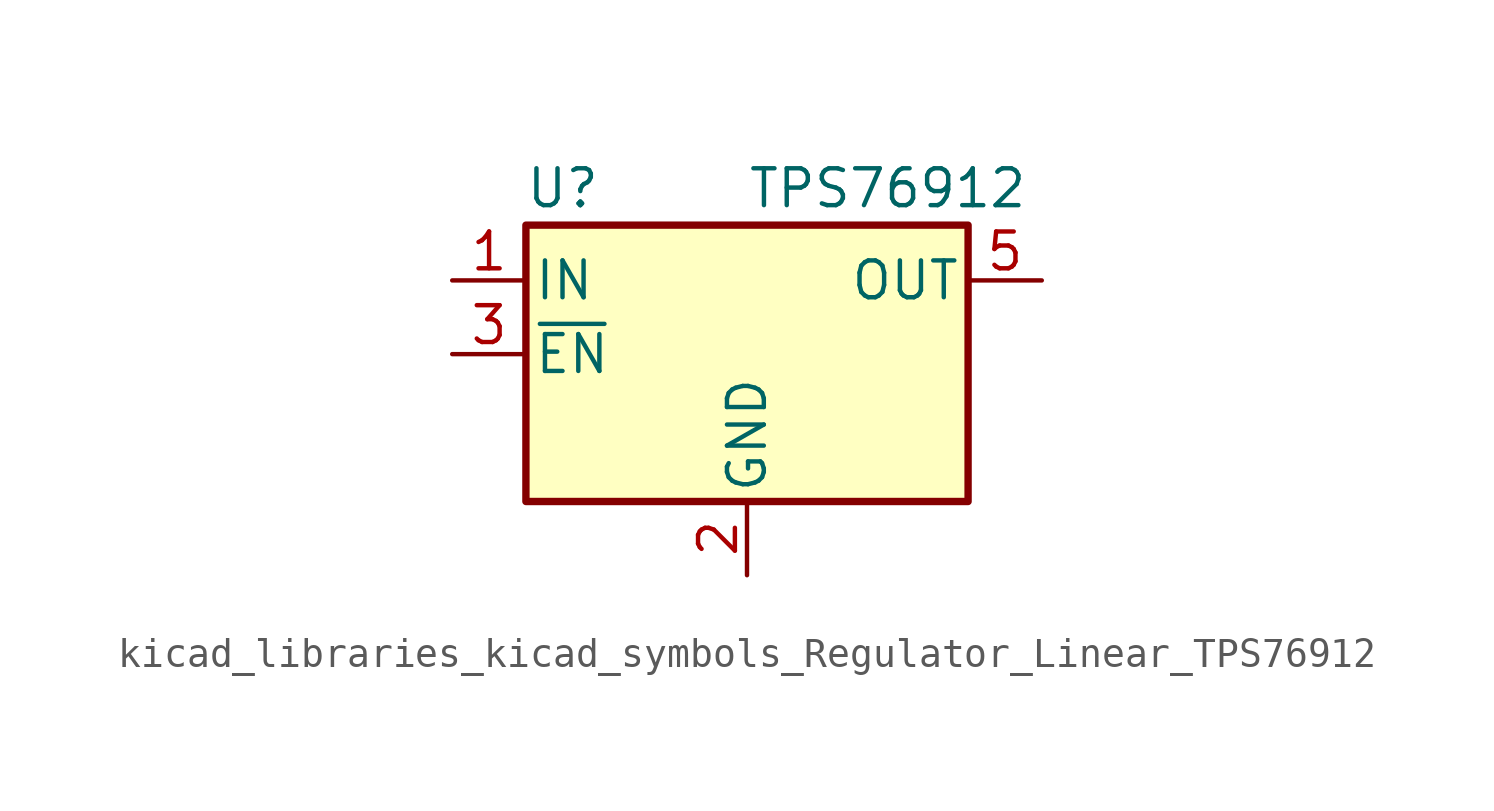
<source format=kicad_sym>
(kicad_symbol_lib
  (version 20220914)
  (generator kicad_symbol_editor)
  (symbol "kicad_libraries_kicad_symbols_Regulator_Linear_TPS76912"
    (pin_names
      (offset 0.254))
    (property "Reference" "U"
      (at -6.35 5.715 0)
      (effects (font (size 1.27 1.27))))
    (property "Value" "TPS76912"
      (at 0 5.715 0)
      (effects (font (size 1.27 1.27)) (justify left)))
    (symbol "kicad_libraries_kicad_symbols_Regulator_Linear_TPS76912_0_1"
      (rectangle (start -7.62 4.445) (end 7.62 -5.08) (stroke (width 0.254) (type default)) (fill (type background))))
    (symbol "kicad_libraries_kicad_symbols_Regulator_Linear_TPS76912_1_1"
      (pin power_in line (at -10.16 2.54 0) (length 2.54) (name "IN" (effects (font (size 1.27 1.27)))) (number "1" (effects (font (size 1.27 1.27)))))
      (pin power_in line (at 0 -7.62 90) (length 2.54) (name "GND" (effects (font (size 1.27 1.27)))) (number "2" (effects (font (size 1.27 1.27)))))
      (pin input line (at -10.16 0 0) (length 2.54) (name "~{EN}" (effects (font (size 1.27 1.27)))) (number "3" (effects (font (size 1.27 1.27)))))
      (pin no_connect line (at 7.62 0 180) (length 2.54) hide (name "NC" (effects (font (size 1.27 1.27)))) (number "4" (effects (font (size 1.27 1.27)))))
      (pin power_out line (at 10.16 2.54 180) (length 2.54) (name "OUT" (effects (font (size 1.27 1.27)))) (number "5" (effects (font (size 1.27 1.27))))))))
</source>
